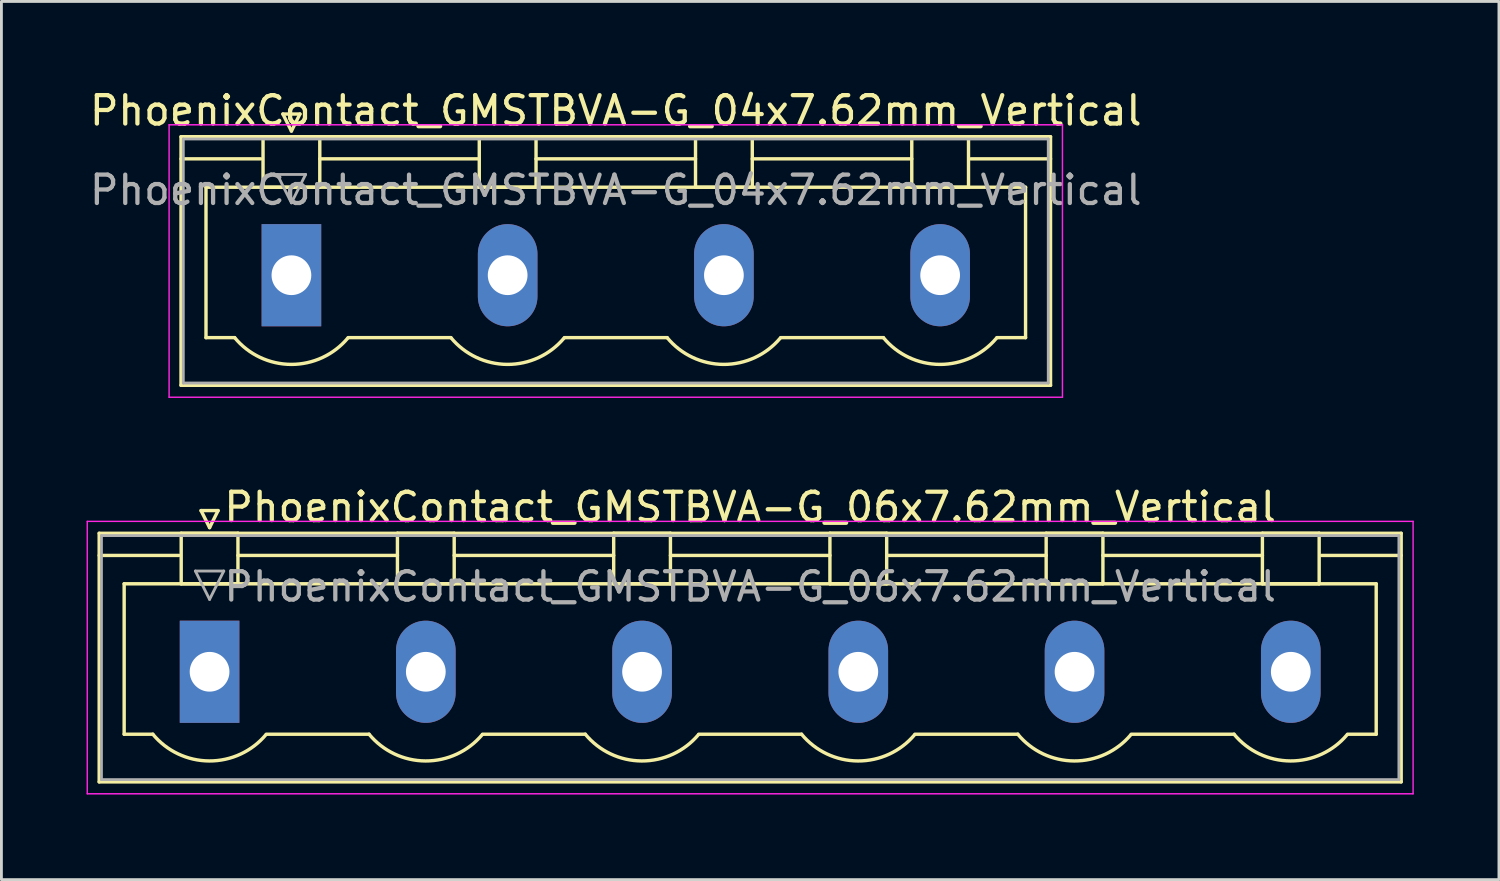
<source format=kicad_pcb>
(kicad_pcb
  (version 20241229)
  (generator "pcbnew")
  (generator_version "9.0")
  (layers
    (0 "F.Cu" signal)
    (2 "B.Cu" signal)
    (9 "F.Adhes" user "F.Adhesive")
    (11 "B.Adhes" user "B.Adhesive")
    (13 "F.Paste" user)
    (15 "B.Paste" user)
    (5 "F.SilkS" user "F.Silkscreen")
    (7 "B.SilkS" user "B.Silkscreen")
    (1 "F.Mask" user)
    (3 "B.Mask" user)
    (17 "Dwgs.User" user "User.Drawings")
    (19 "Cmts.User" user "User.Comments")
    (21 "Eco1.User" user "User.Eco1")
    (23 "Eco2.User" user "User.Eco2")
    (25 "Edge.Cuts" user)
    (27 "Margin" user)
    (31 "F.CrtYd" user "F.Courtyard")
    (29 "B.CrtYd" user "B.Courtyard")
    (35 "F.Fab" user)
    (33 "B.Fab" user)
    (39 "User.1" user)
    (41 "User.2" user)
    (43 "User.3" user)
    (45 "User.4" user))
  (footprint "PhoenixContact_GMSTBVA-G_04x7.62mm_Vertical"
    (layer "F.Cu")
    (at 7.219 6.648)
    (property "Reference" "PhoenixContact_GMSTBVA-G_04x7.62mm_Vertical" (at 11.43 -5.8 0) (layer "F.SilkS") (effects (font (size 1 1) (thickness 0.15))))
    (attr through_hole)
    (fp_line (start -3.89 -4.88) (end -3.89 3.88) (stroke (width 0.12) (type solid)) (layer "F.SilkS"))
    (fp_line (start -3.89 -4.1) (end -1.08 -4.1) (stroke (width 0.12) (type solid)) (layer "F.SilkS"))
    (fp_line (start -3.89 3.88) (end 26.75 3.88) (stroke (width 0.12) (type solid)) (layer "F.SilkS"))
    (fp_line (start -3.01 -3.1) (end 25.87 -3.1) (stroke (width 0.12) (type solid)) (layer "F.SilkS"))
    (fp_line (start -3.01 2.2) (end -3.01 -3.1) (stroke (width 0.12) (type solid)) (layer "F.SilkS"))
    (fp_line (start -2 2.2) (end -3.01 2.2) (stroke (width 0.12) (type solid)) (layer "F.SilkS"))
    (fp_line (start -1 -4.88) (end 1 -4.88) (stroke (width 0.12) (type solid)) (layer "F.SilkS"))
    (fp_line (start -1 -3.1) (end -1 -4.88) (stroke (width 0.12) (type solid)) (layer "F.SilkS"))
    (fp_line (start -0.3 -5.68) (end 0.3 -5.68) (stroke (width 0.12) (type solid)) (layer "F.SilkS"))
    (fp_line (start 0 -5.08) (end -0.3 -5.68) (stroke (width 0.12) (type solid)) (layer "F.SilkS"))
    (fp_line (start 0.3 -5.68) (end 0 -5.08) (stroke (width 0.12) (type solid)) (layer "F.SilkS"))
    (fp_line (start 1 -4.88) (end 1 -3.1) (stroke (width 0.12) (type solid)) (layer "F.SilkS"))
    (fp_line (start 1 -4.1) (end 6.62 -4.1) (stroke (width 0.12) (type solid)) (layer "F.SilkS"))
    (fp_line (start 1 -3.1) (end -1 -3.1) (stroke (width 0.12) (type solid)) (layer "F.SilkS"))
    (fp_line (start 2 2.2) (end 5.62 2.2) (stroke (width 0.12) (type solid)) (layer "F.SilkS"))
    (fp_line (start 6.62 -4.88) (end 8.62 -4.88) (stroke (width 0.12) (type solid)) (layer "F.SilkS"))
    (fp_line (start 6.62 -3.1) (end 6.62 -4.88) (stroke (width 0.12) (type solid)) (layer "F.SilkS"))
    (fp_line (start 8.62 -4.88) (end 8.62 -3.1) (stroke (width 0.12) (type solid)) (layer "F.SilkS"))
    (fp_line (start 8.62 -4.1) (end 14.24 -4.1) (stroke (width 0.12) (type solid)) (layer "F.SilkS"))
    (fp_line (start 8.62 -3.1) (end 6.62 -3.1) (stroke (width 0.12) (type solid)) (layer "F.SilkS"))
    (fp_line (start 9.62 2.2) (end 13.24 2.2) (stroke (width 0.12) (type solid)) (layer "F.SilkS"))
    (fp_line (start 14.24 -4.88) (end 16.24 -4.88) (stroke (width 0.12) (type solid)) (layer "F.SilkS"))
    (fp_line (start 14.24 -3.1) (end 14.24 -4.88) (stroke (width 0.12) (type solid)) (layer "F.SilkS"))
    (fp_line (start 16.24 -4.88) (end 16.24 -3.1) (stroke (width 0.12) (type solid)) (layer "F.SilkS"))
    (fp_line (start 16.24 -4.1) (end 21.86 -4.1) (stroke (width 0.12) (type solid)) (layer "F.SilkS"))
    (fp_line (start 16.24 -3.1) (end 14.24 -3.1) (stroke (width 0.12) (type solid)) (layer "F.SilkS"))
    (fp_line (start 17.24 2.2) (end 20.86 2.2) (stroke (width 0.12) (type solid)) (layer "F.SilkS"))
    (fp_line (start 21.86 -4.88) (end 23.86 -4.88) (stroke (width 0.12) (type solid)) (layer "F.SilkS"))
    (fp_line (start 21.86 -3.1) (end 21.86 -4.88) (stroke (width 0.12) (type solid)) (layer "F.SilkS"))
    (fp_line (start 23.86 -4.88) (end 23.86 -3.1) (stroke (width 0.12) (type solid)) (layer "F.SilkS"))
    (fp_line (start 23.86 -3.1) (end 21.86 -3.1) (stroke (width 0.12) (type solid)) (layer "F.SilkS"))
    (fp_line (start 25.87 -3.1) (end 25.87 2.2) (stroke (width 0.12) (type solid)) (layer "F.SilkS"))
    (fp_line (start 25.87 2.2) (end 24.86 2.2) (stroke (width 0.12) (type solid)) (layer "F.SilkS"))
    (fp_line (start 26.75 -4.88) (end -3.89 -4.88) (stroke (width 0.12) (type solid)) (layer "F.SilkS"))
    (fp_line (start 26.75 -4.1) (end 23.94 -4.1) (stroke (width 0.12) (type solid)) (layer "F.SilkS"))
    (fp_line (start 26.75 3.88) (end 26.75 -4.88) (stroke (width 0.12) (type solid)) (layer "F.SilkS"))
    (fp_arc (start 1.986842 2.215821) (mid -0.010289 3.142758) (end -2 2.2) (stroke (width 0.12) (type solid)) (layer "F.SilkS"))
    (fp_arc (start 9.606842 2.215821) (mid 7.609711 3.142758) (end 5.62 2.2) (stroke (width 0.12) (type solid)) (layer "F.SilkS"))
    (fp_arc (start 17.226842 2.215821) (mid 15.229711 3.142758) (end 13.24 2.2) (stroke (width 0.12) (type solid)) (layer "F.SilkS"))
    (fp_arc (start 24.846842 2.215821) (mid 22.849711 3.142758) (end 20.86 2.2) (stroke (width 0.12) (type solid)) (layer "F.SilkS"))
    (fp_line (start -4.31 -5.3) (end -4.31 4.3) (stroke (width 0.05) (type solid)) (layer "F.CrtYd"))
    (fp_line (start -4.31 4.3) (end 27.17 4.3) (stroke (width 0.05) (type solid)) (layer "F.CrtYd"))
    (fp_line (start 27.17 -5.3) (end -4.31 -5.3) (stroke (width 0.05) (type solid)) (layer "F.CrtYd"))
    (fp_line (start 27.17 4.3) (end 27.17 -5.3) (stroke (width 0.05) (type solid)) (layer "F.CrtYd"))
    (fp_line (start -3.81 -4.8) (end -3.81 3.8) (stroke (width 0.1) (type solid)) (layer "F.Fab"))
    (fp_line (start -3.81 3.8) (end 26.67 3.8) (stroke (width 0.1) (type solid)) (layer "F.Fab"))
    (fp_line (start -0.5 -3.55) (end 0.5 -3.55) (stroke (width 0.1) (type solid)) (layer "F.Fab"))
    (fp_line (start 0 -2.55) (end -0.5 -3.55) (stroke (width 0.1) (type solid)) (layer "F.Fab"))
    (fp_line (start 0.5 -3.55) (end 0 -2.55) (stroke (width 0.1) (type solid)) (layer "F.Fab"))
    (fp_line (start 26.67 -4.8) (end -3.81 -4.8) (stroke (width 0.1) (type solid)) (layer "F.Fab"))
    (fp_line (start 26.67 3.8) (end 26.67 -4.8) (stroke (width 0.1) (type solid)) (layer "F.Fab"))
    (fp_text user "${REFERENCE}" (at 11.43 -3 0) (layer "F.Fab") (effects (font (size 1 1) (thickness 0.15))))
    (pad "1" thru_hole rect (at 0 0) (size 2.1 3.6) (drill 1.4) (layers "*.Cu" "*.Mask"))
    (pad "2" thru_hole oval (at 7.62 0) (size 2.1 3.6) (drill 1.4) (layers "*.Cu" "*.Mask"))
    (pad "3" thru_hole oval (at 15.24 0) (size 2.1 3.6) (drill 1.4) (layers "*.Cu" "*.Mask"))
    (pad "4" thru_hole oval (at 22.86 0) (size 2.1 3.6) (drill 1.4) (layers "*.Cu" "*.Mask")))
  (footprint "PhoenixContact_GMSTBVA-G_06x7.62mm_Vertical"
    (layer "F.Cu")
    (at 4.335 20.622)
    (property "Reference" "PhoenixContact_GMSTBVA-G_06x7.62mm_Vertical" (at 19.05 -5.8 0) (layer "F.SilkS") (effects (font (size 1 1) (thickness 0.15))))
    (attr through_hole)
    (fp_line (start -3.89 -4.88) (end -3.89 3.88) (stroke (width 0.12) (type solid)) (layer "F.SilkS"))
    (fp_line (start -3.89 -4.1) (end -1.08 -4.1) (stroke (width 0.12) (type solid)) (layer "F.SilkS"))
    (fp_line (start -3.89 3.88) (end 41.99 3.88) (stroke (width 0.12) (type solid)) (layer "F.SilkS"))
    (fp_line (start -3.01 -3.1) (end 41.11 -3.1) (stroke (width 0.12) (type solid)) (layer "F.SilkS"))
    (fp_line (start -3.01 2.2) (end -3.01 -3.1) (stroke (width 0.12) (type solid)) (layer "F.SilkS"))
    (fp_line (start -2 2.2) (end -3.01 2.2) (stroke (width 0.12) (type solid)) (layer "F.SilkS"))
    (fp_line (start -1 -4.88) (end 1 -4.88) (stroke (width 0.12) (type solid)) (layer "F.SilkS"))
    (fp_line (start -1 -3.1) (end -1 -4.88) (stroke (width 0.12) (type solid)) (layer "F.SilkS"))
    (fp_line (start -0.3 -5.68) (end 0.3 -5.68) (stroke (width 0.12) (type solid)) (layer "F.SilkS"))
    (fp_line (start 0 -5.08) (end -0.3 -5.68) (stroke (width 0.12) (type solid)) (layer "F.SilkS"))
    (fp_line (start 0.3 -5.68) (end 0 -5.08) (stroke (width 0.12) (type solid)) (layer "F.SilkS"))
    (fp_line (start 1 -4.88) (end 1 -3.1) (stroke (width 0.12) (type solid)) (layer "F.SilkS"))
    (fp_line (start 1 -4.1) (end 6.62 -4.1) (stroke (width 0.12) (type solid)) (layer "F.SilkS"))
    (fp_line (start 1 -3.1) (end -1 -3.1) (stroke (width 0.12) (type solid)) (layer "F.SilkS"))
    (fp_line (start 2 2.2) (end 5.62 2.2) (stroke (width 0.12) (type solid)) (layer "F.SilkS"))
    (fp_line (start 6.62 -4.88) (end 8.62 -4.88) (stroke (width 0.12) (type solid)) (layer "F.SilkS"))
    (fp_line (start 6.62 -3.1) (end 6.62 -4.88) (stroke (width 0.12) (type solid)) (layer "F.SilkS"))
    (fp_line (start 8.62 -4.88) (end 8.62 -3.1) (stroke (width 0.12) (type solid)) (layer "F.SilkS"))
    (fp_line (start 8.62 -4.1) (end 14.24 -4.1) (stroke (width 0.12) (type solid)) (layer "F.SilkS"))
    (fp_line (start 8.62 -3.1) (end 6.62 -3.1) (stroke (width 0.12) (type solid)) (layer "F.SilkS"))
    (fp_line (start 9.62 2.2) (end 13.24 2.2) (stroke (width 0.12) (type solid)) (layer "F.SilkS"))
    (fp_line (start 14.24 -4.88) (end 16.24 -4.88) (stroke (width 0.12) (type solid)) (layer "F.SilkS"))
    (fp_line (start 14.24 -3.1) (end 14.24 -4.88) (stroke (width 0.12) (type solid)) (layer "F.SilkS"))
    (fp_line (start 16.24 -4.88) (end 16.24 -3.1) (stroke (width 0.12) (type solid)) (layer "F.SilkS"))
    (fp_line (start 16.24 -4.1) (end 21.86 -4.1) (stroke (width 0.12) (type solid)) (layer "F.SilkS"))
    (fp_line (start 16.24 -3.1) (end 14.24 -3.1) (stroke (width 0.12) (type solid)) (layer "F.SilkS"))
    (fp_line (start 17.24 2.2) (end 20.86 2.2) (stroke (width 0.12) (type solid)) (layer "F.SilkS"))
    (fp_line (start 21.86 -4.88) (end 23.86 -4.88) (stroke (width 0.12) (type solid)) (layer "F.SilkS"))
    (fp_line (start 21.86 -3.1) (end 21.86 -4.88) (stroke (width 0.12) (type solid)) (layer "F.SilkS"))
    (fp_line (start 23.86 -4.88) (end 23.86 -3.1) (stroke (width 0.12) (type solid)) (layer "F.SilkS"))
    (fp_line (start 23.86 -4.1) (end 29.48 -4.1) (stroke (width 0.12) (type solid)) (layer "F.SilkS"))
    (fp_line (start 23.86 -3.1) (end 21.86 -3.1) (stroke (width 0.12) (type solid)) (layer "F.SilkS"))
    (fp_line (start 24.86 2.2) (end 28.48 2.2) (stroke (width 0.12) (type solid)) (layer "F.SilkS"))
    (fp_line (start 29.48 -4.88) (end 31.48 -4.88) (stroke (width 0.12) (type solid)) (layer "F.SilkS"))
    (fp_line (start 29.48 -3.1) (end 29.48 -4.88) (stroke (width 0.12) (type solid)) (layer "F.SilkS"))
    (fp_line (start 31.48 -4.88) (end 31.48 -3.1) (stroke (width 0.12) (type solid)) (layer "F.SilkS"))
    (fp_line (start 31.48 -4.1) (end 37.1 -4.1) (stroke (width 0.12) (type solid)) (layer "F.SilkS"))
    (fp_line (start 31.48 -3.1) (end 29.48 -3.1) (stroke (width 0.12) (type solid)) (layer "F.SilkS"))
    (fp_line (start 32.48 2.2) (end 36.1 2.2) (stroke (width 0.12) (type solid)) (layer "F.SilkS"))
    (fp_line (start 37.1 -4.88) (end 39.1 -4.88) (stroke (width 0.12) (type solid)) (layer "F.SilkS"))
    (fp_line (start 37.1 -3.1) (end 37.1 -4.88) (stroke (width 0.12) (type solid)) (layer "F.SilkS"))
    (fp_line (start 39.1 -4.88) (end 39.1 -3.1) (stroke (width 0.12) (type solid)) (layer "F.SilkS"))
    (fp_line (start 39.1 -3.1) (end 37.1 -3.1) (stroke (width 0.12) (type solid)) (layer "F.SilkS"))
    (fp_line (start 41.11 -3.1) (end 41.11 2.2) (stroke (width 0.12) (type solid)) (layer "F.SilkS"))
    (fp_line (start 41.11 2.2) (end 40.1 2.2) (stroke (width 0.12) (type solid)) (layer "F.SilkS"))
    (fp_line (start 41.99 -4.88) (end -3.89 -4.88) (stroke (width 0.12) (type solid)) (layer "F.SilkS"))
    (fp_line (start 41.99 -4.1) (end 39.18 -4.1) (stroke (width 0.12) (type solid)) (layer "F.SilkS"))
    (fp_line (start 41.99 3.88) (end 41.99 -4.88) (stroke (width 0.12) (type solid)) (layer "F.SilkS"))
    (fp_arc (start 1.986842 2.215821) (mid -0.010289 3.142758) (end -2 2.2) (stroke (width 0.12) (type solid)) (layer "F.SilkS"))
    (fp_arc (start 9.606842 2.215821) (mid 7.609711 3.142758) (end 5.62 2.2) (stroke (width 0.12) (type solid)) (layer "F.SilkS"))
    (fp_arc (start 17.226842 2.215821) (mid 15.229711 3.142758) (end 13.24 2.2) (stroke (width 0.12) (type solid)) (layer "F.SilkS"))
    (fp_arc (start 24.846842 2.215821) (mid 22.849711 3.142758) (end 20.86 2.2) (stroke (width 0.12) (type solid)) (layer "F.SilkS"))
    (fp_arc (start 32.466842 2.215821) (mid 30.469711 3.142758) (end 28.48 2.2) (stroke (width 0.12) (type solid)) (layer "F.SilkS"))
    (fp_arc (start 40.086842 2.215821) (mid 38.089711 3.142758) (end 36.1 2.2) (stroke (width 0.12) (type solid)) (layer "F.SilkS"))
    (fp_line (start -4.31 -5.3) (end -4.31 4.3) (stroke (width 0.05) (type solid)) (layer "F.CrtYd"))
    (fp_line (start -4.31 4.3) (end 42.41 4.3) (stroke (width 0.05) (type solid)) (layer "F.CrtYd"))
    (fp_line (start 42.41 -5.3) (end -4.31 -5.3) (stroke (width 0.05) (type solid)) (layer "F.CrtYd"))
    (fp_line (start 42.41 4.3) (end 42.41 -5.3) (stroke (width 0.05) (type solid)) (layer "F.CrtYd"))
    (fp_line (start -3.81 -4.8) (end -3.81 3.8) (stroke (width 0.1) (type solid)) (layer "F.Fab"))
    (fp_line (start -3.81 3.8) (end 41.91 3.8) (stroke (width 0.1) (type solid)) (layer "F.Fab"))
    (fp_line (start -0.5 -3.55) (end 0.5 -3.55) (stroke (width 0.1) (type solid)) (layer "F.Fab"))
    (fp_line (start 0 -2.55) (end -0.5 -3.55) (stroke (width 0.1) (type solid)) (layer "F.Fab"))
    (fp_line (start 0.5 -3.55) (end 0 -2.55) (stroke (width 0.1) (type solid)) (layer "F.Fab"))
    (fp_line (start 41.91 -4.8) (end -3.81 -4.8) (stroke (width 0.1) (type solid)) (layer "F.Fab"))
    (fp_line (start 41.91 3.8) (end 41.91 -4.8) (stroke (width 0.1) (type solid)) (layer "F.Fab"))
    (fp_text user "${REFERENCE}" (at 19.05 -3 0) (layer "F.Fab") (effects (font (size 1 1) (thickness 0.15))))
    (pad "1" thru_hole rect (at 0 0) (size 2.1 3.6) (drill 1.4) (layers "*.Cu" "*.Mask"))
    (pad "2" thru_hole oval (at 7.62 0) (size 2.1 3.6) (drill 1.4) (layers "*.Cu" "*.Mask"))
    (pad "3" thru_hole oval (at 15.24 0) (size 2.1 3.6) (drill 1.4) (layers "*.Cu" "*.Mask"))
    (pad "4" thru_hole oval (at 22.86 0) (size 2.1 3.6) (drill 1.4) (layers "*.Cu" "*.Mask"))
    (pad "5" thru_hole oval (at 30.48 0) (size 2.1 3.6) (drill 1.4) (layers "*.Cu" "*.Mask"))
    (pad "6" thru_hole oval (at 38.1 0) (size 2.1 3.6) (drill 1.4) (layers "*.Cu" "*.Mask")))
  (gr_rect
    (start -3 -3)
    (end 49.77 27.947)
    (stroke (width 0.1) (type default))
    (fill no)
    (layer "Edge.Cuts")))
</source>
